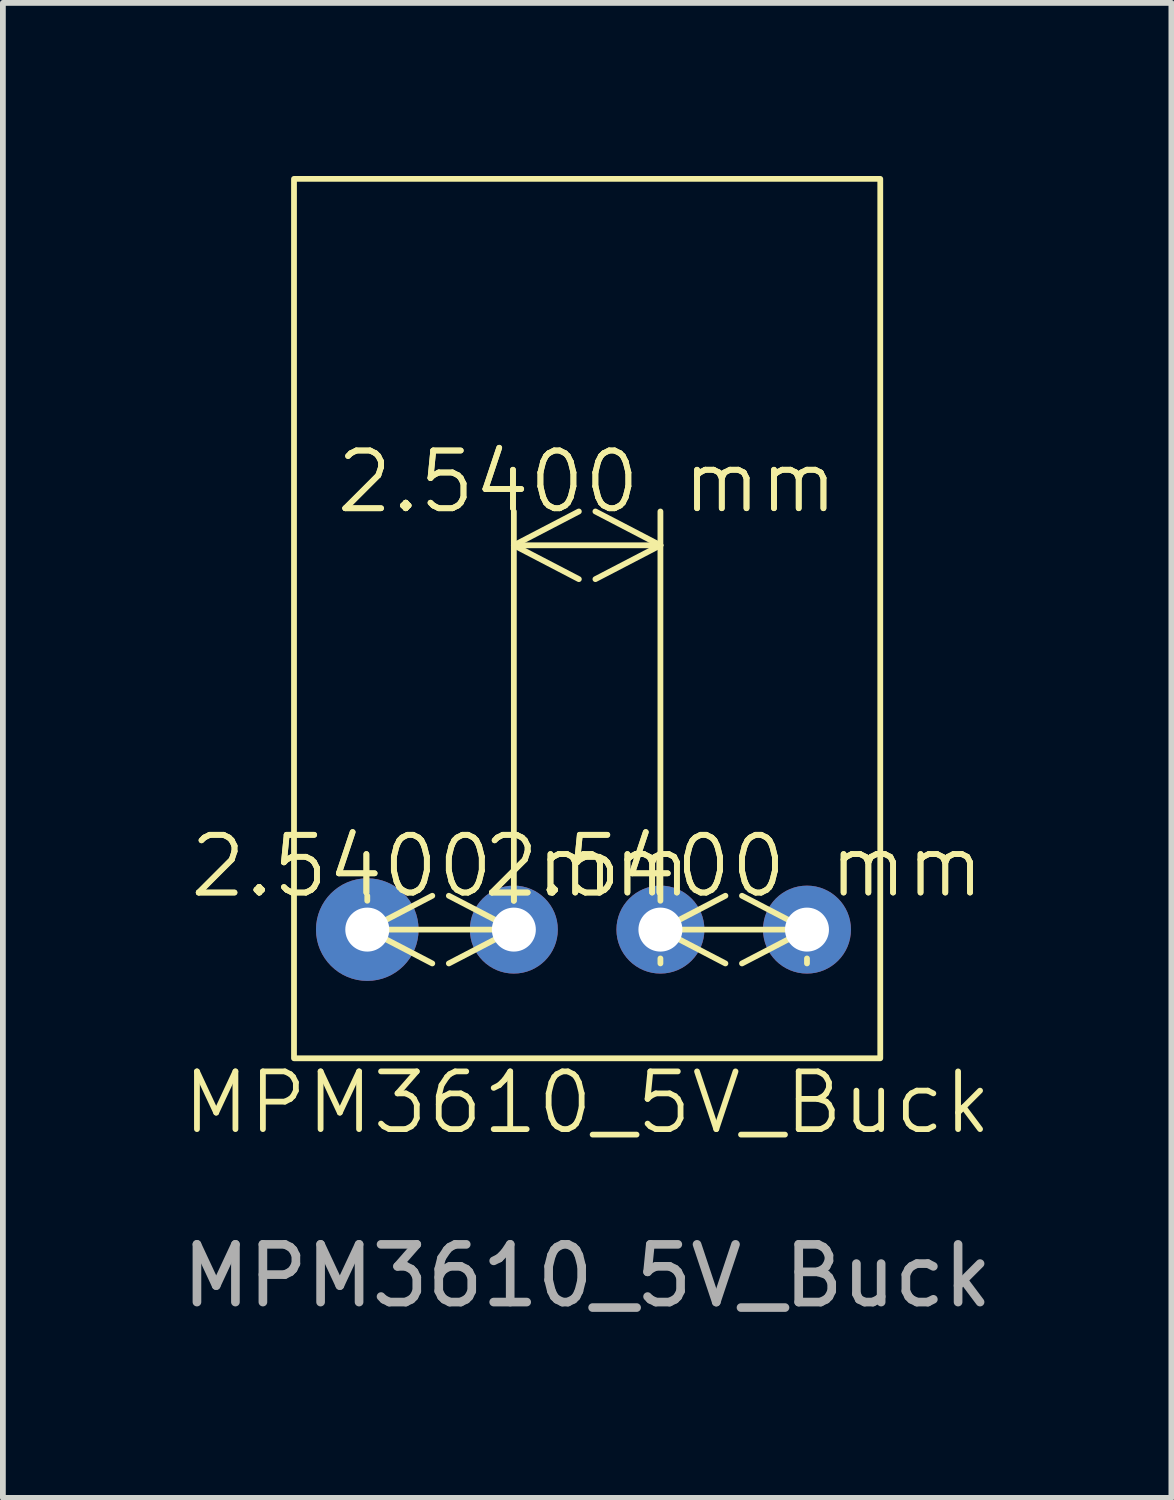
<source format=kicad_pcb>
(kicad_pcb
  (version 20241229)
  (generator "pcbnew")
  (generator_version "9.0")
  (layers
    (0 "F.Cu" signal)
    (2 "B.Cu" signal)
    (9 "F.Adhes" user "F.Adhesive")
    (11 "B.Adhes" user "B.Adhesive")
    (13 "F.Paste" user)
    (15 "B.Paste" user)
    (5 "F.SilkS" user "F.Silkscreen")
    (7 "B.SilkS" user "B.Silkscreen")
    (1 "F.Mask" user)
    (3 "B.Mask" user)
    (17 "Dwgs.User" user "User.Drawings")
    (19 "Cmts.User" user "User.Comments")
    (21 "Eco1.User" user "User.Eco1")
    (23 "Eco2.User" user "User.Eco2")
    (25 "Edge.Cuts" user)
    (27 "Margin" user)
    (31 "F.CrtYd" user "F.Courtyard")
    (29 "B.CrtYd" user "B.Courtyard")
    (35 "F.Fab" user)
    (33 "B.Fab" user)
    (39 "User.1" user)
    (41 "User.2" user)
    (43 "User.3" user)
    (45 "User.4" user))
  (footprint "MPM3610_5V_Buck"
    (layer "F.Cu")
    (at 7.125 16.56)
    (property "Reference" "MPM3610_5V_Buck" (at 0 -0.5 0) (unlocked yes) (layer "F.SilkS") (effects (font (size 1 1) (thickness 0.1))))
    (attr through_hole)
    (fp_rect (start -5.08 -16.51) (end 5.08 -1.27) (stroke (width 0.1) (type default)) (fill no) (layer "F.SilkS"))
    (fp_text user "${REFERENCE}" (at 0 2.5 0) (unlocked yes) (layer "F.Fab") (effects (font (size 1 1) (thickness 0.15))))
    (dimension (type aligned) (layer "F.SilkS") (pts (xy 8.395 13.06) (xy 5.855 13.06)) (height 6.66) (format (prefix "") (suffix "") (units 3) (units_format 1) (precision 4)) (style (thickness 0.1) (arrow_length 1.27) (text_position_mode 0) (arrow_direction outward) (extension_height 0.586) (extension_offset 0.5) (keep_text_aligned yes)) (gr_text "2.5400 mm" (at 7.125 5.3 0) (layer "F.SilkS") (effects (font (size 1 1) (thickness 0.1)))))
    (dimension (type aligned) (layer "F.SilkS") (pts (xy 10.935 13.06) (xy 8.395 13.06)) (height 0) (format (prefix "") (suffix "") (units 3) (units_format 1) (precision 4)) (style (thickness 0.1) (arrow_length 1.27) (text_position_mode 0) (arrow_direction outward) (extension_height 0.586) (extension_offset 0.5) (keep_text_aligned yes)) (gr_text "2.5400 mm" (at 9.665 11.96 0) (layer "F.SilkS") (effects (font (size 1 1) (thickness 0.1)))))
    (dimension (type aligned) (layer "F.SilkS") (pts (xy 3.315 13.06) (xy 5.855 13.06)) (height 0) (format (prefix "") (suffix "") (units 3) (units_format 1) (precision 4)) (style (thickness 0.1) (arrow_length 1.27) (text_position_mode 0) (arrow_direction outward) (extension_height 0.586) (extension_offset 0.5) (keep_text_aligned yes)) (gr_text "2.5400 mm" (at 4.585 11.96 0) (layer "F.SilkS") (effects (font (size 1 1) (thickness 0.1)))))
    (pad "1" thru_hole circle (at 3.81 -3.5) (size 1.524 1.524) (drill 0.762) (layers "*.Cu" "*.Mask"))
    (pad "2" thru_hole circle (at 1.27 -3.5) (size 1.524 1.524) (drill 0.762) (layers "*.Cu" "*.Mask"))
    (pad "3" thru_hole circle (at -1.27 -3.5) (size 1.524 1.524) (drill 0.762) (layers "*.Cu" "*.Mask"))
    (pad "4" thru_hole circle (at -3.81 -3.5) (size 1.778 1.778) (drill 0.762) (layers "*.Cu" "*.Mask")))
  (gr_rect
    (start -3 -3)
    (end 17.25 22.908)
    (stroke (width 0.1) (type default))
    (fill no)
    (layer "Edge.Cuts")))
</source>
